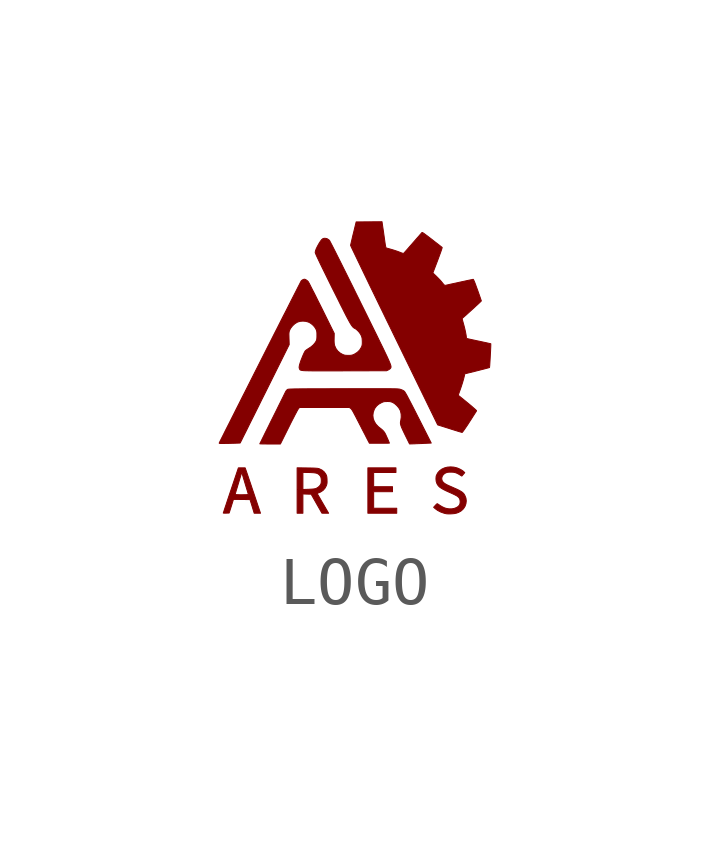
<source format=kicad_sym>
(kicad_symbol_lib
  (version 20220914)
  (generator bitmap2component)
  (symbol "LOGO"
    (pin_names
      (offset 1.016))
    (property "Reference" "#G"
      (at 0 3.365 0)
      (effects (font (size 1.27 1.27)) hide))
    (symbol "LOGO_0_0"
      (polyline (pts (xy 2.128 -2.405) (xy 2.135 -2.405) (xy 2.195 -2.4) (xy 2.244 -2.39) (xy 2.288 -2.374) (xy 2.33 -2.35) (xy 2.346 -2.339) (xy 2.389 -2.298) (xy 2.421 -2.248) (xy 2.44 -2.193) (xy 2.447 -2.136) (xy 2.44 -2.078) (xy 2.418 -2.023) (xy 2.41 -2.009) (xy 2.397 -1.988) (xy 2.38 -1.97) (xy 2.359 -1.952) (xy 2.331 -1.934) (xy 2.296 -1.914) (xy 2.251 -1.892) (xy 2.194 -1.867) (xy 2.125 -1.836) (xy 2.101 -1.826) (xy 2.051 -1.803) (xy 2.014 -1.783) (xy 1.986 -1.764) (xy 1.966 -1.745) (xy 1.951 -1.725) (xy 1.941 -1.703) (xy 1.936 -1.665) (xy 1.945 -1.628) (xy 1.966 -1.594) (xy 1.997 -1.565) (xy 2.039 -1.545) (xy 2.062 -1.54) (xy 2.1 -1.537) (xy 2.143 -1.537) (xy 2.185 -1.54) (xy 2.22 -1.548) (xy 2.243 -1.556) (xy 2.275 -1.571) (xy 2.306 -1.589) (xy 2.354 -1.619) (xy 2.385 -1.583) (xy 2.415 -1.548) (xy 2.393 -1.526) (xy 2.391 -1.523) (xy 2.371 -1.508) (xy 2.343 -1.49) (xy 2.311 -1.473) (xy 2.258 -1.45) (xy 2.189 -1.433) (xy 2.121 -1.428) (xy 2.055 -1.433) (xy 1.993 -1.449) (xy 1.937 -1.475) (xy 1.889 -1.511) (xy 1.851 -1.555) (xy 1.825 -1.607) (xy 1.819 -1.631) (xy 1.816 -1.679) (xy 1.821 -1.729) (xy 1.835 -1.772) (xy 1.848 -1.797) (xy 1.867 -1.823) (xy 1.891 -1.847) (xy 1.924 -1.87) (xy 1.965 -1.895) (xy 2.018 -1.922) (xy 2.084 -1.952) (xy 2.125 -1.97) (xy 2.175 -1.993) (xy 2.214 -2.012) (xy 2.242 -2.027) (xy 2.264 -2.04) (xy 2.279 -2.053) (xy 2.291 -2.065) (xy 2.302 -2.079) (xy 2.314 -2.107) (xy 2.32 -2.144) (xy 2.318 -2.183) (xy 2.308 -2.216) (xy 2.306 -2.22) (xy 2.28 -2.25) (xy 2.243 -2.274) (xy 2.196 -2.292) (xy 2.145 -2.301) (xy 2.091 -2.301) (xy 2.09 -2.301) (xy 2.043 -2.294) (xy 1.999 -2.282) (xy 1.955 -2.262) (xy 1.906 -2.234) (xy 1.85 -2.196) (xy 1.849 -2.195) (xy 1.839 -2.195) (xy 1.825 -2.206) (xy 1.804 -2.228) (xy 1.768 -2.268) (xy 1.802 -2.298) (xy 1.85 -2.333) (xy 1.915 -2.367) (xy 1.986 -2.392) (xy 2.008 -2.398) (xy 2.042 -2.404) (xy 2.08 -2.406) (xy 2.128 -2.405)) (stroke (width 0.01) (type default)) (fill (type outline)))
      (polyline (pts (xy -1.981 -1.954) (xy -2.002 -1.893) (xy -2.028 -1.814) (xy -2.053 -1.74) (xy -2.076 -1.673) (xy -2.096 -1.613) (xy -2.113 -1.563) (xy -2.127 -1.523) (xy -2.136 -1.496) (xy -2.141 -1.482) (xy -2.153 -1.448) (xy -2.224 -1.448) (xy -2.294 -1.448) (xy -2.451 -1.916) (xy -2.454 -1.925) (xy -2.479 -1.999) (xy -2.36 -1.999) (xy -2.36 -1.996) (xy -2.356 -1.981) (xy -2.348 -1.953) (xy -2.337 -1.915) (xy -2.323 -1.871) (xy -2.308 -1.821) (xy -2.304 -1.806) (xy -2.288 -1.754) (xy -2.273 -1.704) (xy -2.26 -1.66) (xy -2.249 -1.625) (xy -2.243 -1.602) (xy -2.236 -1.578) (xy -2.229 -1.559) (xy -2.224 -1.552) (xy -2.221 -1.554) (xy -2.215 -1.568) (xy -2.209 -1.59) (xy -2.207 -1.598) (xy -2.199 -1.623) (xy -2.189 -1.66) (xy -2.175 -1.705) (xy -2.16 -1.756) (xy -2.144 -1.809) (xy -2.134 -1.842) (xy -2.119 -1.891) (xy -2.106 -1.933) (xy -2.097 -1.966) (xy -2.09 -1.989) (xy -2.088 -1.999) (xy -2.089 -2.001) (xy -2.101 -2.004) (xy -2.127 -2.006) (xy -2.168 -2.007) (xy -2.224 -2.008) (xy -2.252 -2.008) (xy -2.3 -2.007) (xy -2.334 -2.005) (xy -2.354 -2.003) (xy -2.36 -1.999) (xy -2.479 -1.999) (xy -2.482 -2.008) (xy -2.508 -2.085) (xy -2.532 -2.157) (xy -2.553 -2.221) (xy -2.572 -2.277) (xy -2.587 -2.323) (xy -2.598 -2.358) (xy -2.606 -2.38) (xy -2.608 -2.388) (xy -2.608 -2.388) (xy -2.597 -2.39) (xy -2.576 -2.391) (xy -2.547 -2.39) (xy -2.486 -2.388) (xy -2.441 -2.246) (xy -2.397 -2.104) (xy -2.224 -2.106) (xy -2.052 -2.108) (xy -2.008 -2.25) (xy -1.965 -2.392) (xy -1.899 -2.392) (xy -1.834 -2.392) (xy -1.981 -1.954)) (stroke (width 0.01) (type default)) (fill (type outline)))
      (polyline (pts (xy -0.952 -2.192) (xy -0.952 -1.991) (xy -0.866 -1.994) (xy -0.78 -1.996) (xy -0.668 -2.194) (xy -0.556 -2.391) (xy -0.486 -2.392) (xy -0.417 -2.392) (xy -0.473 -2.296) (xy -0.476 -2.29) (xy -0.503 -2.244) (xy -0.533 -2.192) (xy -0.564 -2.139) (xy -0.592 -2.09) (xy -0.656 -1.98) (xy -0.606 -1.961) (xy -0.585 -1.951) (xy -0.533 -1.917) (xy -0.493 -1.872) (xy -0.464 -1.819) (xy -0.463 -1.817) (xy -0.455 -1.79) (xy -0.45 -1.765) (xy -0.449 -1.736) (xy -0.45 -1.696) (xy -0.45 -1.682) (xy -0.453 -1.647) (xy -0.457 -1.622) (xy -0.465 -1.6) (xy -0.476 -1.577) (xy -0.509 -1.532) (xy -0.555 -1.494) (xy -0.612 -1.467) (xy -0.614 -1.466) (xy -0.63 -1.462) (xy -0.648 -1.458) (xy -0.672 -1.456) (xy -0.703 -1.454) (xy -0.743 -1.452) (xy -0.796 -1.451) (xy -0.862 -1.45) (xy -1.072 -1.447) (xy -1.072 -1.898) (xy -0.952 -1.898) (xy -0.952 -1.72) (xy -0.952 -1.543) (xy -0.822 -1.545) (xy -0.79 -1.546) (xy -0.735 -1.549) (xy -0.693 -1.554) (xy -0.66 -1.562) (xy -0.635 -1.574) (xy -0.614 -1.591) (xy -0.595 -1.612) (xy -0.59 -1.619) (xy -0.579 -1.64) (xy -0.573 -1.663) (xy -0.569 -1.696) (xy -0.569 -1.724) (xy -0.571 -1.755) (xy -0.576 -1.778) (xy -0.584 -1.797) (xy -0.609 -1.829) (xy -0.642 -1.857) (xy -0.679 -1.877) (xy -0.693 -1.881) (xy -0.726 -1.887) (xy -0.773 -1.891) (xy -0.834 -1.894) (xy -0.952 -1.898) (xy -1.072 -1.898) (xy -1.072 -1.919) (xy -1.072 -2.392) (xy -1.012 -2.392) (xy -0.952 -2.392) (xy -0.952 -2.192)) (stroke (width 0.01) (type default)) (fill (type outline)))
      (polyline (pts (xy 1 -2.34) (xy 1 -2.288) (xy 0.76 -2.288) (xy 0.52 -2.288) (xy 0.52 -2.116) (xy 0.52 -1.944) (xy 0.716 -1.944) (xy 0.912 -1.944) (xy 0.912 -1.892) (xy 0.912 -1.84) (xy 0.716 -1.84) (xy 0.52 -1.84) (xy 0.52 -1.692) (xy 0.52 -1.544) (xy 0.752 -1.544) (xy 0.984 -1.544) (xy 0.984 -1.496) (xy 0.984 -1.448) (xy 0.692 -1.448) (xy 0.4 -1.448) (xy 0.4 -1.92) (xy 0.4 -2.392) (xy 0.7 -2.392) (xy 1 -2.392) (xy 1 -2.34)) (stroke (width 0.01) (type default)) (fill (type outline)))
      (polyline (pts (xy -1.244 -0.599) (xy -1.241 -0.593) (xy -1.206 -0.522) (xy -1.172 -0.455) (xy -1.14 -0.394) (xy -1.112 -0.339) (xy -1.087 -0.293) (xy -1.068 -0.256) (xy -1.053 -0.231) (xy -1.045 -0.218) (xy -1.022 -0.192) (xy -0.504 -0.192) (xy 0.014 -0.192) (xy 0.041 -0.21) (xy 0.048 -0.216) (xy 0.057 -0.226) (xy 0.068 -0.241) (xy 0.081 -0.262) (xy 0.098 -0.291) (xy 0.118 -0.33) (xy 0.144 -0.378) (xy 0.175 -0.439) (xy 0.213 -0.512) (xy 0.217 -0.521) (xy 0.251 -0.586) (xy 0.283 -0.649) (xy 0.314 -0.709) (xy 0.342 -0.762) (xy 0.365 -0.808) (xy 0.383 -0.843) (xy 0.395 -0.866) (xy 0.432 -0.936) (xy 0.64 -0.936) (xy 0.692 -0.936) (xy 0.742 -0.936) (xy 0.785 -0.935) (xy 0.819 -0.935) (xy 0.84 -0.934) (xy 0.848 -0.933) (xy 0.847 -0.931) (xy 0.841 -0.917) (xy 0.831 -0.891) (xy 0.817 -0.858) (xy 0.8 -0.82) (xy 0.79 -0.798) (xy 0.77 -0.753) (xy 0.751 -0.718) (xy 0.731 -0.69) (xy 0.708 -0.665) (xy 0.679 -0.64) (xy 0.642 -0.611) (xy 0.618 -0.592) (xy 0.569 -0.54) (xy 0.533 -0.482) (xy 0.511 -0.421) (xy 0.504 -0.357) (xy 0.512 -0.292) (xy 0.535 -0.228) (xy 0.546 -0.208) (xy 0.58 -0.163) (xy 0.623 -0.125) (xy 0.68 -0.093) (xy 0.691 -0.088) (xy 0.716 -0.077) (xy 0.74 -0.071) (xy 0.767 -0.069) (xy 0.804 -0.068) (xy 0.818 -0.068) (xy 0.851 -0.069) (xy 0.875 -0.073) (xy 0.897 -0.08) (xy 0.922 -0.091) (xy 0.956 -0.112) (xy 1.001 -0.151) (xy 1.041 -0.197) (xy 1.069 -0.244) (xy 1.079 -0.269) (xy 1.092 -0.33) (xy 1.094 -0.394) (xy 1.085 -0.458) (xy 1.08 -0.478) (xy 1.077 -0.501) (xy 1.077 -0.523) (xy 1.081 -0.547) (xy 1.089 -0.575) (xy 1.102 -0.61) (xy 1.121 -0.652) (xy 1.146 -0.705) (xy 1.177 -0.769) (xy 1.267 -0.951) (xy 1.391 -0.947) (xy 1.399 -0.946) (xy 1.454 -0.944) (xy 1.514 -0.942) (xy 1.57 -0.939) (xy 1.617 -0.937) (xy 1.718 -0.932) (xy 1.451 -0.404) (xy 1.446 -0.395) (xy 1.392 -0.288) (xy 1.344 -0.194) (xy 1.302 -0.113) (xy 1.266 -0.044) (xy 1.236 0.013) (xy 1.212 0.059) (xy 1.192 0.094) (xy 1.176 0.12) (xy 1.165 0.138) (xy 1.157 0.146) (xy 1.14 0.158) (xy 1.111 0.173) (xy 1.08 0.184) (xy 1.078 0.185) (xy 1.071 0.187) (xy 1.063 0.189) (xy 1.053 0.191) (xy 1.041 0.192) (xy 1.026 0.194) (xy 1.008 0.195) (xy 0.984 0.196) (xy 0.955 0.197) (xy 0.92 0.197) (xy 0.878 0.198) (xy 0.828 0.198) (xy 0.769 0.199) (xy 0.7 0.199) (xy 0.622 0.199) (xy 0.532 0.199) (xy 0.43 0.199) (xy 0.315 0.199) (xy 0.187 0.199) (xy 0.044 0.199) (xy -0.114 0.198) (xy -0.215 0.198) (xy -0.363 0.198) (xy -0.496 0.197) (xy -0.616 0.197) (xy -0.722 0.197) (xy -0.816 0.197) (xy -0.898 0.196) (xy -0.969 0.196) (xy -1.031 0.195) (xy -1.083 0.195) (xy -1.127 0.194) (xy -1.163 0.193) (xy -1.193 0.192) (xy -1.216 0.191) (xy -1.234 0.19) (xy -1.248 0.189) (xy -1.258 0.187) (xy -1.265 0.186) (xy -1.27 0.184) (xy -1.274 0.182) (xy -1.278 0.18) (xy -1.278 0.179) (xy -1.297 0.16) (xy -1.312 0.136) (xy -1.317 0.126) (xy -1.328 0.103) (xy -1.346 0.067) (xy -1.368 0.021) (xy -1.396 -0.035) (xy -1.428 -0.099) (xy -1.464 -0.171) (xy -1.502 -0.249) (xy -1.543 -0.331) (xy -1.586 -0.417) (xy -1.627 -0.499) (xy -1.667 -0.581) (xy -1.705 -0.657) (xy -1.74 -0.727) (xy -1.77 -0.789) (xy -1.797 -0.843) (xy -1.818 -0.887) (xy -1.835 -0.92) (xy -1.845 -0.94) (xy -1.848 -0.948) (xy -1.848 -0.948) (xy -1.84 -0.949) (xy -1.819 -0.95) (xy -1.785 -0.951) (xy -1.742 -0.951) (xy -1.691 -0.952) (xy -1.634 -0.952) (xy -1.42 -0.952) (xy -1.244 -0.599)) (stroke (width 0.01) (type default)) (fill (type outline)))
      (polyline (pts (xy -2.595 -0.941) (xy -2.544 -0.94) (xy -2.479 -0.939) (xy -2.475 -0.939) (xy -2.418 -0.937) (xy -2.366 -0.936) (xy -2.322 -0.934) (xy -2.288 -0.933) (xy -2.266 -0.932) (xy -2.257 -0.931) (xy -2.254 -0.926) (xy -2.245 -0.907) (xy -2.228 -0.875) (xy -2.207 -0.831) (xy -2.179 -0.775) (xy -2.146 -0.71) (xy -2.108 -0.634) (xy -2.067 -0.55) (xy -2.021 -0.458) (xy -1.971 -0.359) (xy -1.919 -0.254) (xy -1.863 -0.142) (xy -1.806 -0.026) (xy -1.746 0.093) (xy -1.237 1.116) (xy -1.239 1.184) (xy -1.239 1.185) (xy -1.241 1.246) (xy -1.242 1.292) (xy -1.243 1.328) (xy -1.242 1.356) (xy -1.239 1.377) (xy -1.235 1.395) (xy -1.229 1.412) (xy -1.221 1.43) (xy -1.204 1.46) (xy -1.166 1.508) (xy -1.119 1.551) (xy -1.066 1.583) (xy -1.062 1.585) (xy -1.01 1.6) (xy -0.952 1.605) (xy -0.893 1.6) (xy -0.838 1.585) (xy -0.8 1.566) (xy -0.753 1.531) (xy -0.712 1.488) (xy -0.682 1.442) (xy -0.682 1.44) (xy -0.672 1.419) (xy -0.666 1.399) (xy -0.662 1.377) (xy -0.66 1.348) (xy -0.66 1.308) (xy -0.66 1.274) (xy -0.662 1.243) (xy -0.665 1.221) (xy -0.67 1.203) (xy -0.679 1.185) (xy -0.694 1.16) (xy -0.732 1.113) (xy -0.78 1.071) (xy -0.833 1.036) (xy -0.838 1.033) (xy -0.866 1.015) (xy -0.89 0.997) (xy -0.905 0.983) (xy -0.908 0.978) (xy -0.922 0.953) (xy -0.939 0.917) (xy -0.958 0.874) (xy -0.976 0.828) (xy -0.994 0.783) (xy -1.008 0.741) (xy -1.018 0.708) (xy -1.02 0.703) (xy -1.027 0.671) (xy -1.03 0.649) (xy -1.03 0.633) (xy -1.025 0.618) (xy -1.023 0.614) (xy -1.02 0.606) (xy -1.018 0.6) (xy -1.014 0.594) (xy -1.008 0.589) (xy -0.999 0.585) (xy -0.986 0.581) (xy -0.969 0.578) (xy -0.947 0.575) (xy -0.918 0.573) (xy -0.882 0.572) (xy -0.837 0.571) (xy -0.784 0.57) (xy -0.721 0.569) (xy -0.647 0.569) (xy -0.562 0.569) (xy -0.464 0.569) (xy -0.352 0.569) (xy -0.227 0.569) (xy -0.086 0.57) (xy 0.788 0.572) (xy 0.825 0.589) (xy 0.838 0.596) (xy 0.859 0.611) (xy 0.872 0.624) (xy 0.875 0.63) (xy 0.878 0.636) (xy 0.88 0.642) (xy 0.881 0.649) (xy 0.881 0.659) (xy 0.879 0.67) (xy 0.876 0.684) (xy 0.87 0.702) (xy 0.862 0.724) (xy 0.851 0.751) (xy 0.837 0.784) (xy 0.82 0.822) (xy 0.799 0.868) (xy 0.774 0.92) (xy 0.745 0.981) (xy 0.712 1.05) (xy 0.673 1.129) (xy 0.63 1.217) (xy 0.582 1.316) (xy 0.527 1.427) (xy 0.467 1.549) (xy 0.401 1.683) (xy 0.328 1.831) (xy 0.248 1.992) (xy 0.221 2.048) (xy 0.155 2.18) (xy 0.092 2.309) (xy 0.03 2.433) (xy -0.029 2.552) (xy -0.085 2.664) (xy -0.137 2.769) (xy -0.186 2.867) (xy -0.231 2.956) (xy -0.271 3.036) (xy -0.307 3.107) (xy -0.337 3.166) (xy -0.362 3.214) (xy -0.381 3.25) (xy -0.393 3.273) (xy -0.399 3.283) (xy -0.415 3.298) (xy -0.452 3.321) (xy -0.492 3.328) (xy -0.495 3.328) (xy -0.521 3.325) (xy -0.542 3.316) (xy -0.563 3.298) (xy -0.585 3.269) (xy -0.612 3.228) (xy -0.647 3.166) (xy -0.674 3.111) (xy -0.69 3.067) (xy -0.696 3.033) (xy -0.695 3.027) (xy -0.689 3.011) (xy -0.679 2.987) (xy -0.664 2.953) (xy -0.643 2.909) (xy -0.617 2.854) (xy -0.586 2.789) (xy -0.548 2.711) (xy -0.504 2.622) (xy -0.454 2.52) (xy -0.397 2.404) (xy -0.333 2.275) (xy -0.274 2.158) (xy -0.219 2.048) (xy -0.171 1.95) (xy -0.127 1.864) (xy -0.09 1.79) (xy -0.057 1.725) (xy -0.028 1.67) (xy -0.003 1.624) (xy 0.018 1.585) (xy 0.037 1.553) (xy 0.053 1.527) (xy 0.067 1.507) (xy 0.08 1.491) (xy 0.091 1.478) (xy 0.102 1.468) (xy 0.113 1.461) (xy 0.124 1.454) (xy 0.137 1.448) (xy 0.155 1.436) (xy 0.187 1.408) (xy 0.219 1.373) (xy 0.246 1.335) (xy 0.265 1.298) (xy 0.271 1.281) (xy 0.279 1.252) (xy 0.282 1.219) (xy 0.284 1.176) (xy 0.284 1.158) (xy 0.283 1.125) (xy 0.279 1.101) (xy 0.273 1.079) (xy 0.262 1.056) (xy 0.229 1.003) (xy 0.18 0.955) (xy 0.121 0.918) (xy 0.102 0.909) (xy 0.079 0.9) (xy 0.057 0.895) (xy 0.03 0.892) (xy -0.008 0.892) (xy -0.019 0.892) (xy -0.055 0.893) (xy -0.081 0.896) (xy -0.104 0.903) (xy -0.128 0.913) (xy -0.175 0.939) (xy -0.227 0.983) (xy -0.266 1.037) (xy -0.292 1.097) (xy -0.297 1.121) (xy -0.301 1.153) (xy -0.303 1.193) (xy -0.302 1.246) (xy -0.3 1.349) (xy -0.559 1.873) (xy -0.596 1.947) (xy -0.638 2.03) (xy -0.677 2.109) (xy -0.713 2.181) (xy -0.747 2.246) (xy -0.776 2.303) (xy -0.8 2.351) (xy -0.819 2.388) (xy -0.833 2.412) (xy -0.84 2.424) (xy -0.843 2.429) (xy -0.866 2.45) (xy -0.89 2.466) (xy -0.91 2.475) (xy -0.926 2.476) (xy -0.945 2.47) (xy -0.947 2.469) (xy -0.969 2.457) (xy -0.985 2.443) (xy -0.986 2.442) (xy -0.993 2.43) (xy -1.006 2.405) (xy -1.025 2.367) (xy -1.051 2.317) (xy -1.082 2.256) (xy -1.118 2.185) (xy -1.159 2.105) (xy -1.204 2.016) (xy -1.253 1.919) (xy -1.306 1.814) (xy -1.363 1.704) (xy -1.422 1.587) (xy -1.483 1.466) (xy -1.547 1.341) (xy -1.612 1.212) (xy -1.679 1.08) (xy -1.746 0.947) (xy -1.814 0.813) (xy -1.882 0.678) (xy -1.95 0.544) (xy -2.017 0.411) (xy -2.083 0.28) (xy -2.148 0.151) (xy -2.212 0.026) (xy -2.272 -0.094) (xy -2.331 -0.21) (xy -2.386 -0.32) (xy -2.438 -0.423) (xy -2.486 -0.519) (xy -2.531 -0.607) (xy -2.571 -0.686) (xy -2.605 -0.755) (xy -2.635 -0.814) (xy -2.659 -0.862) (xy -2.677 -0.898) (xy -2.688 -0.922) (xy -2.693 -0.932) (xy -2.693 -0.935) (xy -2.689 -0.938) (xy -2.679 -0.94) (xy -2.661 -0.941) (xy -2.634 -0.941) (xy -2.595 -0.941)) (stroke (width 0.01) (type default)) (fill (type outline)))
      (polyline (pts (xy 2.361 -0.711) (xy 2.371 -0.701) (xy 2.388 -0.678) (xy 2.412 -0.645) (xy 2.441 -0.602) (xy 2.476 -0.551) (xy 2.514 -0.491) (xy 2.536 -0.458) (xy 2.569 -0.406) (xy 2.598 -0.36) (xy 2.623 -0.321) (xy 2.643 -0.29) (xy 2.656 -0.27) (xy 2.661 -0.261) (xy 2.659 -0.257) (xy 2.646 -0.243) (xy 2.623 -0.222) (xy 2.591 -0.194) (xy 2.551 -0.159) (xy 2.504 -0.12) (xy 2.453 -0.078) (xy 2.398 -0.033) (xy 2.34 0.014) (xy 2.281 0.061) (xy 2.282 0.068) (xy 2.288 0.087) (xy 2.298 0.116) (xy 2.31 0.15) (xy 2.319 0.174) (xy 2.345 0.249) (xy 2.369 0.324) (xy 2.389 0.393) (xy 2.404 0.452) (xy 2.416 0.508) (xy 2.67 0.571) (xy 2.709 0.581) (xy 2.767 0.596) (xy 2.82 0.609) (xy 2.864 0.621) (xy 2.898 0.63) (xy 2.921 0.636) (xy 2.93 0.64) (xy 2.931 0.641) (xy 2.932 0.656) (xy 2.935 0.683) (xy 2.937 0.721) (xy 2.94 0.766) (xy 2.943 0.817) (xy 2.946 0.87) (xy 2.949 0.925) (xy 2.952 0.978) (xy 2.954 1.027) (xy 2.956 1.069) (xy 2.957 1.103) (xy 2.957 1.125) (xy 2.957 1.134) (xy 2.954 1.134) (xy 2.939 1.138) (xy 2.911 1.144) (xy 2.872 1.153) (xy 2.824 1.163) (xy 2.769 1.175) (xy 2.709 1.188) (xy 2.678 1.194) (xy 2.619 1.207) (xy 2.567 1.218) (xy 2.522 1.228) (xy 2.487 1.236) (xy 2.464 1.242) (xy 2.455 1.245) (xy 2.451 1.252) (xy 2.448 1.268) (xy 2.447 1.286) (xy 2.442 1.319) (xy 2.434 1.362) (xy 2.424 1.411) (xy 2.412 1.462) (xy 2.399 1.513) (xy 2.386 1.559) (xy 2.382 1.574) (xy 2.372 1.611) (xy 2.365 1.636) (xy 2.363 1.652) (xy 2.365 1.662) (xy 2.369 1.667) (xy 2.373 1.671) (xy 2.39 1.685) (xy 2.415 1.707) (xy 2.447 1.735) (xy 2.483 1.768) (xy 2.523 1.804) (xy 2.565 1.842) (xy 2.607 1.88) (xy 2.646 1.917) (xy 2.683 1.95) (xy 2.714 1.979) (xy 2.738 2.002) (xy 2.754 2.018) (xy 2.76 2.024) (xy 2.76 2.025) (xy 2.756 2.038) (xy 2.747 2.064) (xy 2.735 2.1) (xy 2.719 2.145) (xy 2.701 2.197) (xy 2.681 2.253) (xy 2.664 2.299) (xy 2.641 2.363) (xy 2.622 2.413) (xy 2.607 2.447) (xy 2.597 2.468) (xy 2.591 2.474) (xy 2.588 2.474) (xy 2.572 2.47) (xy 2.543 2.464) (xy 2.504 2.456) (xy 2.456 2.446) (xy 2.403 2.434) (xy 2.345 2.422) (xy 2.286 2.409) (xy 2.228 2.396) (xy 2.172 2.384) (xy 2.12 2.373) (xy 2.076 2.363) (xy 2.041 2.355) (xy 2.017 2.35) (xy 2.007 2.348) (xy 2.006 2.347) (xy 1.993 2.353) (xy 1.974 2.372) (xy 1.948 2.404) (xy 1.928 2.429) (xy 1.897 2.464) (xy 1.861 2.501) (xy 1.827 2.535) (xy 1.752 2.607) (xy 1.852 2.869) (xy 1.872 2.923) (xy 1.893 2.98) (xy 1.912 3.031) (xy 1.927 3.074) (xy 1.938 3.107) (xy 1.944 3.128) (xy 1.946 3.137) (xy 1.943 3.139) (xy 1.929 3.15) (xy 1.905 3.169) (xy 1.872 3.195) (xy 1.832 3.226) (xy 1.786 3.261) (xy 1.737 3.3) (xy 1.687 3.338) (xy 1.639 3.375) (xy 1.601 3.403) (xy 1.573 3.424) (xy 1.552 3.438) (xy 1.538 3.446) (xy 1.529 3.448) (xy 1.524 3.447) (xy 1.52 3.442) (xy 1.506 3.426) (xy 1.483 3.4) (xy 1.454 3.366) (xy 1.418 3.326) (xy 1.379 3.281) (xy 1.336 3.232) (xy 1.305 3.196) (xy 1.264 3.15) (xy 1.228 3.108) (xy 1.197 3.073) (xy 1.172 3.045) (xy 1.155 3.026) (xy 1.148 3.018) (xy 1.147 3.017) (xy 1.139 3.013) (xy 1.126 3.015) (xy 1.104 3.022) (xy 1.071 3.035) (xy 1.053 3.042) (xy 1.013 3.057) (xy 0.965 3.073) (xy 0.915 3.089) (xy 0.866 3.103) (xy 0.824 3.115) (xy 0.792 3.123) (xy 0.792 3.123) (xy 0.786 3.125) (xy 0.781 3.128) (xy 0.776 3.135) (xy 0.772 3.147) (xy 0.768 3.165) (xy 0.763 3.193) (xy 0.757 3.231) (xy 0.75 3.281) (xy 0.741 3.346) (xy 0.733 3.402) (xy 0.725 3.461) (xy 0.717 3.514) (xy 0.71 3.56) (xy 0.705 3.596) (xy 0.702 3.618) (xy 0.694 3.672) (xy 0.425 3.67) (xy 0.156 3.668) (xy 0.099 3.432) (xy 0.093 3.41) (xy 0.079 3.352) (xy 0.067 3.299) (xy 0.056 3.253) (xy 0.048 3.217) (xy 0.042 3.192) (xy 0.04 3.18) (xy 0.042 3.176) (xy 0.05 3.158) (xy 0.064 3.127) (xy 0.085 3.083) (xy 0.112 3.027) (xy 0.144 2.96) (xy 0.182 2.881) (xy 0.225 2.792) (xy 0.272 2.694) (xy 0.324 2.586) (xy 0.38 2.47) (xy 0.44 2.345) (xy 0.504 2.214) (xy 0.571 2.076) (xy 0.641 1.931) (xy 0.714 1.782) (xy 0.789 1.627) (xy 0.867 1.468) (xy 0.946 1.305) (xy 1.852 -0.554) (xy 2.1 -0.632) (xy 2.136 -0.644) (xy 2.194 -0.662) (xy 2.246 -0.678) (xy 2.291 -0.692) (xy 2.326 -0.702) (xy 2.35 -0.709) (xy 2.36 -0.711) (xy 2.361 -0.711)) (stroke (width 0.01) (type default)) (fill (type outline))))))
</source>
